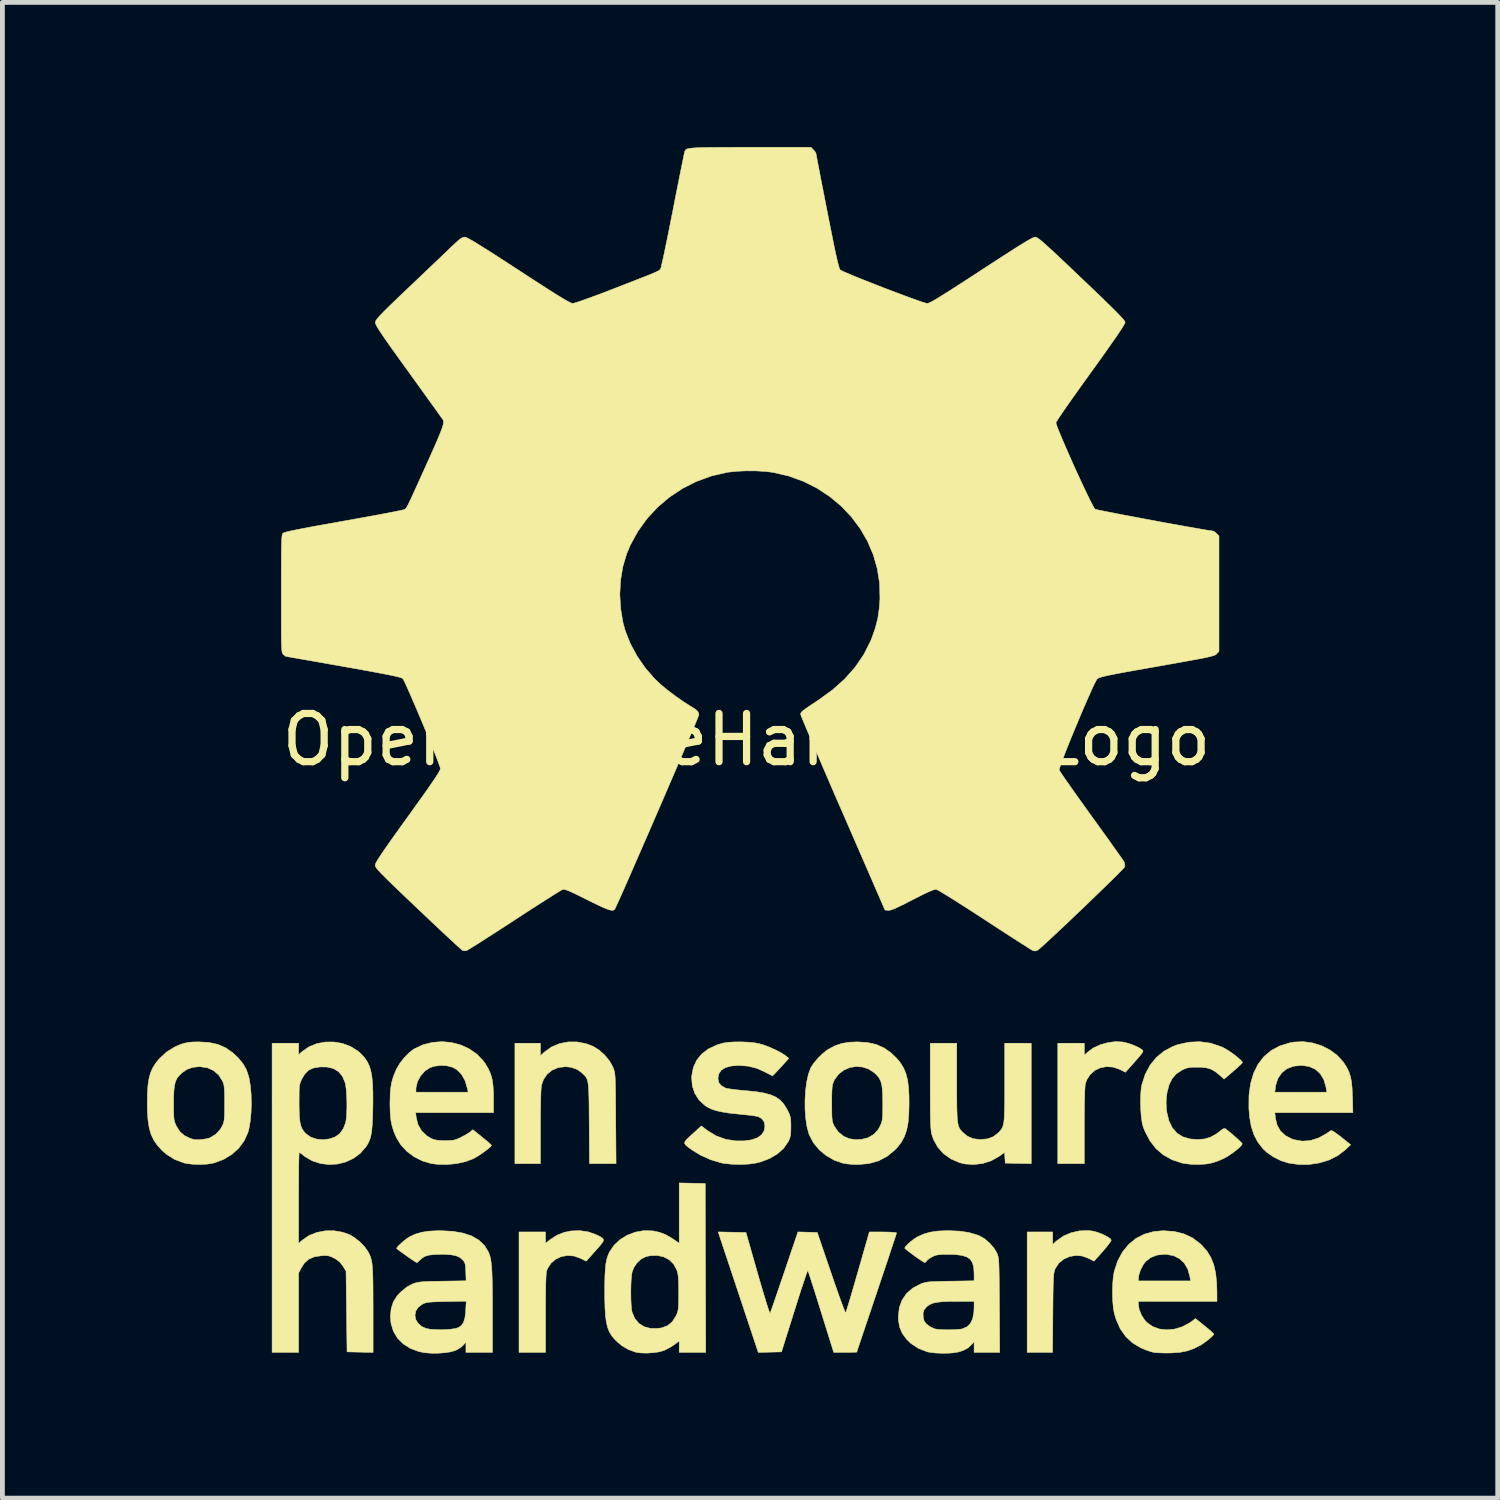
<source format=kicad_pcb>
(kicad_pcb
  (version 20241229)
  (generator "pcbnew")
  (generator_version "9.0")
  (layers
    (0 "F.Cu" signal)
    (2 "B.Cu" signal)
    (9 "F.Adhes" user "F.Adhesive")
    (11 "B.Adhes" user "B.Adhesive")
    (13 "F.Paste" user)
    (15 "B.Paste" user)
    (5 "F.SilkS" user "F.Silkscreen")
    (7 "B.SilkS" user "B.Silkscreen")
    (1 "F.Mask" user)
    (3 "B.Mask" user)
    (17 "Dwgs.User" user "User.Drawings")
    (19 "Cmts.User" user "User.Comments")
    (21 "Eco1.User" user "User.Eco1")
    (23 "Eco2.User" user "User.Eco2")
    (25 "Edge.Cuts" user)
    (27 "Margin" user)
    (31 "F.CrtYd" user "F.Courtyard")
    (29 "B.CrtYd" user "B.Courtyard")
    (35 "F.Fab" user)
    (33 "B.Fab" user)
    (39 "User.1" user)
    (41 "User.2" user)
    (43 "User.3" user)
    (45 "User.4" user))
  (footprint "OpenSourceHardwareLogo"
    (layer "F.Cu")
    (at 12.436 11.795)
    (property "Reference" "OpenSourceHardwareLogo" (at 0 0.5 0) (layer "F.SilkS") (effects (font (size 1 1) (thickness 0.15))))
    (attr through_hole)
    (fp_poly (pts (xy -3.283 10.708) (xy -3.124 10.764) (xy -3.046 10.802) (xy -2.995 10.832) (xy -2.969 10.86) (xy -2.97 10.894) (xy -2.997 10.94) (xy -3.051 11.006) (xy -3.132 11.097) (xy -3.326 11.316) (xy -3.444 11.257) (xy -3.579 11.209) (xy -3.714 11.198) (xy -3.843 11.221) (xy -3.96 11.275) (xy -4.057 11.359) (xy -4.128 11.469) (xy -4.146 11.513) (xy -4.153 11.555) (xy -4.159 11.636) (xy -4.164 11.756) (xy -4.167 11.916) (xy -4.169 12.116) (xy -4.17 12.358) (xy -4.17 12.396) (xy -4.17 13.208) (xy -4.72 13.208) (xy -4.72 10.71) (xy -4.17 10.71) (xy -4.17 10.943) (xy -4.069 10.866) (xy -3.929 10.776) (xy -3.781 10.718) (xy -3.641 10.689) (xy -3.461 10.682) (xy -3.283 10.708)) (stroke (width 0.01) (type solid)) (fill yes) (layer "F.SilkS"))
    (fp_poly (pts (xy 7.809 6.77) (xy 7.814 6.771) (xy 7.922 6.798) (xy 8.035 6.839) (xy 8.138 6.887) (xy 8.201 6.927) (xy 8.216 6.94) (xy 8.223 6.953) (xy 8.22 6.971) (xy 8.204 6.999) (xy 8.172 7.041) (xy 8.12 7.102) (xy 8.047 7.186) (xy 7.953 7.292) (xy 7.859 7.397) (xy 7.744 7.339) (xy 7.608 7.291) (xy 7.472 7.28) (xy 7.342 7.303) (xy 7.226 7.358) (xy 7.128 7.443) (xy 7.057 7.554) (xy 7.029 7.631) (xy 7.023 7.677) (xy 7.017 7.764) (xy 7.013 7.888) (xy 7.009 8.046) (xy 7.007 8.238) (xy 7.006 8.459) (xy 7.006 8.504) (xy 7.006 9.292) (xy 6.456 9.292) (xy 6.456 6.795) (xy 7.006 6.795) (xy 7.006 7.044) (xy 7.075 6.98) (xy 7.192 6.894) (xy 7.336 6.827) (xy 7.495 6.782) (xy 7.657 6.761) (xy 7.809 6.77)) (stroke (width 0.01) (type solid)) (fill yes) (layer "F.SilkS"))
    (fp_poly (pts (xy 7.167 10.689) (xy 7.25 10.709) (xy 7.339 10.739) (xy 7.424 10.776) (xy 7.496 10.815) (xy 7.546 10.852) (xy 7.565 10.882) (xy 7.564 10.883) (xy 7.55 10.911) (xy 7.512 10.964) (xy 7.457 11.033) (xy 7.39 11.111) (xy 7.385 11.117) (xy 7.208 11.316) (xy 7.094 11.257) (xy 6.963 11.209) (xy 6.829 11.198) (xy 6.698 11.22) (xy 6.579 11.274) (xy 6.479 11.356) (xy 6.406 11.465) (xy 6.4 11.477) (xy 6.39 11.503) (xy 6.382 11.534) (xy 6.375 11.573) (xy 6.37 11.626) (xy 6.365 11.695) (xy 6.362 11.787) (xy 6.359 11.905) (xy 6.357 12.054) (xy 6.355 12.237) (xy 6.354 12.388) (xy 6.348 13.208) (xy 5.821 13.208) (xy 5.821 10.71) (xy 6.35 10.71) (xy 6.35 10.969) (xy 6.437 10.89) (xy 6.571 10.796) (xy 6.729 10.728) (xy 6.902 10.688) (xy 7.077 10.68) (xy 7.167 10.689)) (stroke (width 0.01) (type solid)) (fill yes) (layer "F.SilkS"))
    (fp_poly (pts (xy -3.332 6.803) (xy -3.183 6.86) (xy -3.057 6.938) (xy -2.938 7.046) (xy -2.838 7.17) (xy -2.769 7.296) (xy -2.758 7.327) (xy -2.748 7.356) (xy -2.74 7.388) (xy -2.733 7.428) (xy -2.728 7.48) (xy -2.724 7.548) (xy -2.721 7.635) (xy -2.719 7.747) (xy -2.717 7.887) (xy -2.716 8.059) (xy -2.714 8.268) (xy -2.714 8.356) (xy -2.707 9.292) (xy -3.258 9.292) (xy -3.264 8.451) (xy -3.266 8.233) (xy -3.267 8.053) (xy -3.27 7.906) (xy -3.274 7.79) (xy -3.279 7.698) (xy -3.287 7.628) (xy -3.298 7.574) (xy -3.312 7.532) (xy -3.33 7.499) (xy -3.354 7.469) (xy -3.382 7.44) (xy -3.401 7.421) (xy -3.511 7.339) (xy -3.643 7.293) (xy -3.757 7.282) (xy -3.904 7.3) (xy -4.033 7.353) (xy -4.137 7.437) (xy -4.213 7.549) (xy -4.253 7.664) (xy -4.259 7.716) (xy -4.265 7.805) (xy -4.269 7.93) (xy -4.272 8.085) (xy -4.275 8.268) (xy -4.276 8.473) (xy -4.276 8.531) (xy -4.276 9.292) (xy -4.805 9.292) (xy -4.805 6.795) (xy -4.276 6.795) (xy -4.276 7.053) (xy -4.188 6.974) (xy -4.045 6.872) (xy -3.88 6.803) (xy -3.702 6.768) (xy -3.517 6.768) (xy -3.332 6.803)) (stroke (width 0.01) (type solid)) (fill yes) (layer "F.SilkS"))
    (fp_poly (pts (xy 4.36 7.61) (xy 4.36 7.83) (xy 4.361 8.011) (xy 4.363 8.159) (xy 4.367 8.277) (xy 4.372 8.37) (xy 4.381 8.442) (xy 4.392 8.497) (xy 4.407 8.541) (xy 4.426 8.576) (xy 4.45 8.607) (xy 4.48 8.639) (xy 4.483 8.643) (xy 4.583 8.725) (xy 4.697 8.774) (xy 4.834 8.792) (xy 4.858 8.792) (xy 4.999 8.778) (xy 5.116 8.735) (xy 5.217 8.658) (xy 5.232 8.643) (xy 5.262 8.611) (xy 5.287 8.579) (xy 5.306 8.545) (xy 5.322 8.503) (xy 5.334 8.449) (xy 5.343 8.379) (xy 5.348 8.288) (xy 5.352 8.173) (xy 5.354 8.029) (xy 5.355 7.851) (xy 5.355 7.636) (xy 5.355 7.61) (xy 5.355 6.795) (xy 5.905 6.795) (xy 5.905 9.293) (xy 5.366 9.282) (xy 5.359 9.17) (xy 5.353 9.059) (xy 5.234 9.144) (xy 5.073 9.234) (xy 4.895 9.29) (xy 4.708 9.312) (xy 4.522 9.298) (xy 4.419 9.272) (xy 4.241 9.195) (xy 4.089 9.088) (xy 3.968 8.954) (xy 3.88 8.797) (xy 3.841 8.684) (xy 3.833 8.646) (xy 3.827 8.595) (xy 3.821 8.529) (xy 3.817 8.443) (xy 3.814 8.333) (xy 3.812 8.196) (xy 3.811 8.026) (xy 3.81 7.82) (xy 3.81 7.679) (xy 3.81 6.795) (xy 4.36 6.795) (xy 4.36 7.61)) (stroke (width 0.01) (type solid)) (fill yes) (layer "F.SilkS"))
    (fp_poly (pts (xy 11.738 6.788) (xy 11.925 6.846) (xy 12.099 6.933) (xy 12.252 7.046) (xy 12.375 7.181) (xy 12.388 7.199) (xy 12.449 7.294) (xy 12.494 7.386) (xy 12.526 7.482) (xy 12.548 7.593) (xy 12.561 7.727) (xy 12.568 7.894) (xy 12.569 7.9) (xy 12.577 8.234) (xy 10.958 8.234) (xy 10.971 8.351) (xy 11.005 8.494) (xy 11.074 8.615) (xy 11.177 8.711) (xy 11.313 8.781) (xy 11.357 8.796) (xy 11.524 8.826) (xy 11.691 8.815) (xy 11.859 8.763) (xy 12.031 8.669) (xy 12.118 8.607) (xy 12.146 8.611) (xy 12.203 8.644) (xy 12.288 8.706) (xy 12.337 8.744) (xy 12.531 8.901) (xy 12.415 9.01) (xy 12.262 9.127) (xy 12.082 9.217) (xy 11.882 9.278) (xy 11.668 9.31) (xy 11.449 9.31) (xy 11.245 9.281) (xy 11.087 9.232) (xy 10.932 9.155) (xy 10.793 9.059) (xy 10.711 8.982) (xy 10.606 8.847) (xy 10.526 8.695) (xy 10.469 8.522) (xy 10.434 8.321) (xy 10.42 8.144) (xy 10.422 7.875) (xy 10.431 7.811) (xy 10.958 7.811) (xy 12.038 7.811) (xy 12.018 7.7) (xy 11.973 7.547) (xy 11.899 7.425) (xy 11.798 7.335) (xy 11.671 7.278) (xy 11.519 7.255) (xy 11.493 7.255) (xy 11.34 7.273) (xy 11.208 7.325) (xy 11.102 7.409) (xy 11.024 7.522) (xy 10.978 7.661) (xy 10.971 7.706) (xy 10.958 7.811) (xy 10.431 7.811) (xy 10.455 7.632) (xy 10.518 7.417) (xy 10.61 7.231) (xy 10.731 7.074) (xy 10.881 6.947) (xy 11.058 6.851) (xy 11.262 6.788) (xy 11.353 6.771) (xy 11.544 6.762) (xy 11.738 6.788)) (stroke (width 0.01) (type solid)) (fill yes) (layer "F.SilkS"))
    (fp_poly (pts (xy 8.871 10.7) (xy 9.071 10.749) (xy 9.248 10.832) (xy 9.407 10.951) (xy 9.446 10.988) (xy 9.552 11.11) (xy 9.633 11.243) (xy 9.692 11.393) (xy 9.731 11.566) (xy 9.752 11.769) (xy 9.757 11.943) (xy 9.758 12.15) (xy 8.128 12.15) (xy 8.128 12.212) (xy 8.144 12.316) (xy 8.188 12.427) (xy 8.252 12.53) (xy 8.307 12.591) (xy 8.426 12.673) (xy 8.565 12.723) (xy 8.717 12.74) (xy 8.876 12.725) (xy 9.034 12.678) (xy 9.185 12.599) (xy 9.239 12.562) (xy 9.312 12.505) (xy 9.503 12.66) (xy 9.579 12.722) (xy 9.64 12.775) (xy 9.681 12.813) (xy 9.694 12.83) (xy 9.678 12.854) (xy 9.637 12.894) (xy 9.578 12.944) (xy 9.511 12.995) (xy 9.446 13.04) (xy 9.422 13.055) (xy 9.283 13.127) (xy 9.146 13.176) (xy 8.996 13.206) (xy 8.82 13.219) (xy 8.795 13.22) (xy 8.683 13.221) (xy 8.577 13.218) (xy 8.488 13.213) (xy 8.436 13.206) (xy 8.365 13.186) (xy 8.274 13.154) (xy 8.183 13.116) (xy 8.177 13.113) (xy 8.007 13.012) (xy 7.865 12.879) (xy 7.75 12.715) (xy 7.664 12.519) (xy 7.627 12.393) (xy 7.607 12.276) (xy 7.595 12.131) (xy 7.59 11.972) (xy 7.594 11.812) (xy 7.6 11.726) (xy 8.128 11.726) (xy 9.211 11.726) (xy 9.196 11.636) (xy 9.153 11.482) (xy 9.08 11.357) (xy 8.98 11.263) (xy 8.854 11.201) (xy 8.705 11.174) (xy 8.665 11.173) (xy 8.514 11.19) (xy 8.385 11.24) (xy 8.28 11.321) (xy 8.231 11.384) (xy 8.17 11.502) (xy 8.135 11.615) (xy 8.128 11.679) (xy 8.128 11.726) (xy 7.6 11.726) (xy 7.605 11.665) (xy 7.624 11.543) (xy 7.627 11.527) (xy 7.699 11.311) (xy 7.799 11.124) (xy 7.926 10.968) (xy 8.077 10.845) (xy 8.252 10.755) (xy 8.447 10.701) (xy 8.647 10.684) (xy 8.871 10.7)) (stroke (width 0.01) (type solid)) (fill yes) (layer "F.SilkS"))
    (fp_poly (pts (xy 9.621 6.792) (xy 9.835 6.863) (xy 9.893 6.889) (xy 9.965 6.929) (xy 10.045 6.982) (xy 10.125 7.039) (xy 10.196 7.097) (xy 10.252 7.147) (xy 10.283 7.184) (xy 10.287 7.196) (xy 10.272 7.215) (xy 10.23 7.256) (xy 10.169 7.312) (xy 10.096 7.376) (xy 9.905 7.539) (xy 9.822 7.464) (xy 9.726 7.386) (xy 9.638 7.335) (xy 9.543 7.306) (xy 9.427 7.293) (xy 9.356 7.292) (xy 9.255 7.293) (xy 9.182 7.3) (xy 9.123 7.313) (xy 9.064 7.337) (xy 9.034 7.351) (xy 8.919 7.426) (xy 8.83 7.526) (xy 8.765 7.655) (xy 8.723 7.816) (xy 8.707 7.937) (xy 8.704 8.033) (xy 8.709 8.144) (xy 8.719 8.23) (xy 8.762 8.406) (xy 8.831 8.549) (xy 8.926 8.659) (xy 9.048 8.736) (xy 9.197 8.78) (xy 9.345 8.792) (xy 9.494 8.782) (xy 9.623 8.744) (xy 9.746 8.676) (xy 9.815 8.623) (xy 9.87 8.581) (xy 9.905 8.563) (xy 9.93 8.567) (xy 9.944 8.576) (xy 10.021 8.638) (xy 10.1 8.705) (xy 10.173 8.769) (xy 10.232 8.824) (xy 10.271 8.864) (xy 10.283 8.881) (xy 10.27 8.908) (xy 10.229 8.952) (xy 10.168 9.005) (xy 10.093 9.063) (xy 10.012 9.119) (xy 9.933 9.167) (xy 9.895 9.187) (xy 9.804 9.227) (xy 9.703 9.263) (xy 9.642 9.281) (xy 9.521 9.302) (xy 9.377 9.31) (xy 9.226 9.307) (xy 9.087 9.291) (xy 9.031 9.28) (xy 8.824 9.211) (xy 8.645 9.111) (xy 8.492 8.98) (xy 8.365 8.815) (xy 8.261 8.615) (xy 8.228 8.531) (xy 8.205 8.439) (xy 8.188 8.318) (xy 8.177 8.177) (xy 8.172 8.028) (xy 8.175 7.883) (xy 8.184 7.753) (xy 8.2 7.654) (xy 8.27 7.438) (xy 8.371 7.249) (xy 8.502 7.088) (xy 8.661 6.958) (xy 8.846 6.86) (xy 8.938 6.826) (xy 9.169 6.774) (xy 9.398 6.763) (xy 9.621 6.792)) (stroke (width 0.01) (type solid)) (fill yes) (layer "F.SilkS"))
    (fp_poly (pts (xy 1.467 10.721) (xy 1.754 11.562) (xy 1.815 11.741) (xy 1.873 11.906) (xy 1.925 12.053) (xy 1.971 12.179) (xy 2.008 12.278) (xy 2.036 12.348) (xy 2.052 12.384) (xy 2.056 12.388) (xy 2.065 12.365) (xy 2.084 12.305) (xy 2.112 12.214) (xy 2.148 12.095) (xy 2.19 11.952) (xy 2.237 11.791) (xy 2.287 11.615) (xy 2.309 11.541) (xy 2.547 10.71) (xy 2.829 10.71) (xy 2.935 10.712) (xy 3.023 10.716) (xy 3.084 10.721) (xy 3.111 10.728) (xy 3.111 10.73) (xy 3.105 10.753) (xy 3.086 10.813) (xy 3.056 10.905) (xy 3.015 11.027) (xy 2.966 11.176) (xy 2.909 11.347) (xy 2.845 11.537) (xy 2.776 11.742) (xy 2.703 11.959) (xy 2.699 11.973) (xy 2.625 12.19) (xy 2.556 12.396) (xy 2.492 12.586) (xy 2.435 12.756) (xy 2.385 12.904) (xy 2.344 13.026) (xy 2.313 13.119) (xy 2.294 13.179) (xy 2.286 13.202) (xy 2.286 13.202) (xy 2.266 13.204) (xy 2.213 13.206) (xy 2.133 13.208) (xy 2.047 13.208) (xy 1.808 13.208) (xy 1.546 12.367) (xy 1.49 12.186) (xy 1.437 12.018) (xy 1.389 11.866) (xy 1.347 11.736) (xy 1.313 11.632) (xy 1.288 11.557) (xy 1.274 11.516) (xy 1.271 11.51) (xy 1.262 11.526) (xy 1.242 11.579) (xy 1.213 11.664) (xy 1.175 11.777) (xy 1.129 11.914) (xy 1.079 12.071) (xy 1.024 12.245) (xy 0.992 12.346) (xy 0.725 13.197) (xy 0.243 13.209) (xy -0.173 11.959) (xy -0.589 10.709) (xy -0.301 10.715) (xy -0.012 10.721) (xy 0.231 11.573) (xy 0.283 11.754) (xy 0.332 11.92) (xy 0.377 12.068) (xy 0.415 12.194) (xy 0.447 12.293) (xy 0.471 12.362) (xy 0.485 12.396) (xy 0.488 12.399) (xy 0.498 12.373) (xy 0.519 12.312) (xy 0.552 12.22) (xy 0.593 12.1) (xy 0.642 11.958) (xy 0.696 11.798) (xy 0.756 11.623) (xy 0.784 11.54) (xy 1.066 10.709) (xy 1.467 10.721)) (stroke (width 0.01) (type solid)) (fill yes) (layer "F.SilkS"))
    (fp_poly (pts (xy -0.857 9.705) (xy -0.852 11.456) (xy -0.846 13.208) (xy -1.397 13.208) (xy -1.397 12.972) (xy -1.503 13.05) (xy -1.584 13.102) (xy -1.673 13.15) (xy -1.72 13.171) (xy -1.819 13.198) (xy -1.942 13.215) (xy -2.073 13.223) (xy -2.197 13.219) (xy -2.298 13.204) (xy -2.307 13.201) (xy -2.453 13.148) (xy -2.578 13.075) (xy -2.668 13.002) (xy -2.742 12.93) (xy -2.801 12.858) (xy -2.847 12.78) (xy -2.883 12.689) (xy -2.908 12.582) (xy -2.926 12.452) (xy -2.936 12.294) (xy -2.941 12.102) (xy -2.942 11.965) (xy -2.401 11.965) (xy -2.399 12.095) (xy -2.394 12.214) (xy -2.386 12.311) (xy -2.374 12.374) (xy -2.318 12.506) (xy -2.233 12.607) (xy -2.123 12.676) (xy -1.991 12.711) (xy -1.839 12.711) (xy -1.756 12.698) (xy -1.637 12.653) (xy -1.542 12.574) (xy -1.467 12.459) (xy -1.458 12.441) (xy -1.44 12.397) (xy -1.426 12.354) (xy -1.417 12.305) (xy -1.412 12.242) (xy -1.409 12.156) (xy -1.408 12.04) (xy -1.408 11.97) (xy -1.409 11.826) (xy -1.412 11.717) (xy -1.417 11.634) (xy -1.427 11.571) (xy -1.44 11.518) (xy -1.445 11.502) (xy -1.508 11.382) (xy -1.599 11.29) (xy -1.714 11.228) (xy -1.848 11.198) (xy -1.996 11.202) (xy -2.085 11.221) (xy -2.179 11.266) (xy -2.266 11.343) (xy -2.334 11.441) (xy -2.373 11.539) (xy -2.385 11.61) (xy -2.394 11.712) (xy -2.399 11.834) (xy -2.401 11.965) (xy -2.942 11.965) (xy -2.942 11.958) (xy -2.941 11.762) (xy -2.937 11.602) (xy -2.929 11.473) (xy -2.918 11.368) (xy -2.901 11.282) (xy -2.879 11.208) (xy -2.85 11.14) (xy -2.844 11.127) (xy -2.75 10.988) (xy -2.626 10.87) (xy -2.477 10.778) (xy -2.311 10.715) (xy -2.135 10.683) (xy -1.955 10.687) (xy -1.925 10.691) (xy -1.8 10.719) (xy -1.686 10.762) (xy -1.569 10.828) (xy -1.519 10.861) (xy -1.397 10.943) (xy -1.397 9.693) (xy -0.857 9.705)) (stroke (width 0.01) (type solid)) (fill yes) (layer "F.SilkS"))
    (fp_poly (pts (xy -6.121 6.78) (xy -5.931 6.83) (xy -5.755 6.91) (xy -5.597 7.019) (xy -5.465 7.156) (xy -5.417 7.223) (xy -5.354 7.33) (xy -5.308 7.435) (xy -5.277 7.546) (xy -5.259 7.675) (xy -5.25 7.829) (xy -5.249 7.929) (xy -5.249 8.234) (xy -6.864 8.234) (xy -6.852 8.338) (xy -6.814 8.486) (xy -6.741 8.613) (xy -6.635 8.715) (xy -6.54 8.771) (xy -6.478 8.795) (xy -6.407 8.809) (xy -6.315 8.815) (xy -6.255 8.816) (xy -6.158 8.814) (xy -6.087 8.808) (xy -6.027 8.792) (xy -5.962 8.765) (xy -5.927 8.748) (xy -5.849 8.707) (xy -5.779 8.666) (xy -5.733 8.634) (xy -5.677 8.589) (xy -5.485 8.743) (xy -5.409 8.805) (xy -5.347 8.858) (xy -5.306 8.896) (xy -5.292 8.913) (xy -5.308 8.938) (xy -5.353 8.978) (xy -5.416 9.028) (xy -5.49 9.081) (xy -5.567 9.132) (xy -5.638 9.174) (xy -5.662 9.187) (xy -5.823 9.249) (xy -6.009 9.291) (xy -6.207 9.311) (xy -6.406 9.308) (xy -6.55 9.289) (xy -6.726 9.236) (xy -6.894 9.151) (xy -7.044 9.04) (xy -7.168 8.908) (xy -7.259 8.761) (xy -7.26 8.758) (xy -7.314 8.634) (xy -7.352 8.517) (xy -7.377 8.397) (xy -7.391 8.261) (xy -7.396 8.099) (xy -7.397 8.043) (xy -7.393 7.871) (xy -7.384 7.751) (xy -6.858 7.751) (xy -6.858 7.811) (xy -5.775 7.811) (xy -5.789 7.742) (xy -5.838 7.574) (xy -5.911 7.442) (xy -6.006 7.345) (xy -6.101 7.292) (xy -6.218 7.262) (xy -6.351 7.256) (xy -6.481 7.273) (xy -6.569 7.303) (xy -6.675 7.374) (xy -6.763 7.474) (xy -6.826 7.591) (xy -6.856 7.716) (xy -6.858 7.751) (xy -7.384 7.751) (xy -7.382 7.728) (xy -7.361 7.605) (xy -7.327 7.488) (xy -7.278 7.367) (xy -7.26 7.329) (xy -7.196 7.218) (xy -7.109 7.105) (xy -7.01 7.002) (xy -6.911 6.923) (xy -6.889 6.91) (xy -6.708 6.825) (xy -6.515 6.777) (xy -6.317 6.762) (xy -6.121 6.78)) (stroke (width 0.01) (type solid)) (fill yes) (layer "F.SilkS"))
    (fp_poly (pts (xy -11.147 6.78) (xy -10.964 6.82) (xy -10.803 6.891) (xy -10.654 6.996) (xy -10.546 7.098) (xy -10.446 7.219) (xy -10.376 7.341) (xy -10.328 7.484) (xy -10.319 7.519) (xy -10.293 7.673) (xy -10.277 7.85) (xy -10.272 8.038) (xy -10.278 8.227) (xy -10.294 8.405) (xy -10.32 8.56) (xy -10.343 8.647) (xy -10.421 8.819) (xy -10.534 8.972) (xy -10.677 9.101) (xy -10.847 9.204) (xy -11.04 9.276) (xy -11.059 9.281) (xy -11.18 9.302) (xy -11.323 9.31) (xy -11.47 9.307) (xy -11.604 9.292) (xy -11.663 9.28) (xy -11.861 9.207) (xy -12.034 9.099) (xy -12.128 9.016) (xy -12.222 8.912) (xy -12.296 8.805) (xy -12.351 8.689) (xy -12.39 8.556) (xy -12.415 8.401) (xy -12.428 8.217) (xy -12.431 8.043) (xy -11.885 8.043) (xy -11.885 8.174) (xy -11.883 8.271) (xy -11.879 8.341) (xy -11.872 8.394) (xy -11.86 8.438) (xy -11.843 8.481) (xy -11.829 8.511) (xy -11.758 8.625) (xy -11.661 8.711) (xy -11.535 8.771) (xy -11.462 8.792) (xy -11.4 8.798) (xy -11.315 8.793) (xy -11.226 8.781) (xy -11.149 8.763) (xy -11.127 8.755) (xy -11.011 8.684) (xy -10.916 8.581) (xy -10.877 8.514) (xy -10.859 8.475) (xy -10.846 8.437) (xy -10.837 8.392) (xy -10.831 8.332) (xy -10.828 8.251) (xy -10.827 8.14) (xy -10.827 8.043) (xy -10.827 7.906) (xy -10.829 7.804) (xy -10.833 7.729) (xy -10.84 7.673) (xy -10.85 7.63) (xy -10.865 7.591) (xy -10.871 7.578) (xy -10.95 7.454) (xy -11.056 7.362) (xy -11.186 7.304) (xy -11.336 7.282) (xy -11.352 7.281) (xy -11.495 7.296) (xy -11.616 7.342) (xy -11.715 7.412) (xy -11.772 7.468) (xy -11.815 7.524) (xy -11.846 7.59) (xy -11.866 7.671) (xy -11.878 7.774) (xy -11.884 7.907) (xy -11.885 8.043) (xy -12.431 8.043) (xy -12.428 7.839) (xy -12.417 7.669) (xy -12.395 7.528) (xy -12.363 7.408) (xy -12.316 7.303) (xy -12.255 7.206) (xy -12.178 7.113) (xy -12.022 6.97) (xy -11.842 6.862) (xy -11.724 6.814) (xy -11.646 6.791) (xy -11.567 6.776) (xy -11.472 6.769) (xy -11.356 6.767) (xy -11.147 6.78)) (stroke (width 0.01) (type solid)) (fill yes) (layer "F.SilkS"))
    (fp_poly (pts (xy 2.507 6.78) (xy 2.69 6.821) (xy 2.852 6.893) (xy 3.001 6.998) (xy 3.115 7.109) (xy 3.195 7.207) (xy 3.258 7.31) (xy 3.305 7.423) (xy 3.339 7.553) (xy 3.359 7.707) (xy 3.37 7.891) (xy 3.371 8.054) (xy 3.366 8.267) (xy 3.35 8.446) (xy 3.321 8.596) (xy 3.277 8.725) (xy 3.217 8.839) (xy 3.137 8.945) (xy 3.073 9.012) (xy 2.915 9.142) (xy 2.737 9.235) (xy 2.538 9.291) (xy 2.317 9.312) (xy 2.287 9.312) (xy 2.187 9.307) (xy 2.088 9.298) (xy 2.009 9.286) (xy 1.999 9.284) (xy 1.818 9.221) (xy 1.652 9.125) (xy 1.506 9.004) (xy 1.388 8.861) (xy 1.304 8.702) (xy 1.292 8.67) (xy 1.252 8.52) (xy 1.226 8.346) (xy 1.213 8.157) (xy 1.213 8.043) (xy 1.767 8.043) (xy 1.768 8.178) (xy 1.769 8.278) (xy 1.773 8.351) (xy 1.779 8.404) (xy 1.789 8.445) (xy 1.803 8.482) (xy 1.821 8.518) (xy 1.904 8.637) (xy 2.014 8.726) (xy 2.132 8.776) (xy 2.256 8.795) (xy 2.39 8.788) (xy 2.512 8.758) (xy 2.524 8.753) (xy 2.642 8.684) (xy 2.731 8.585) (xy 2.775 8.504) (xy 2.794 8.459) (xy 2.808 8.416) (xy 2.817 8.367) (xy 2.822 8.302) (xy 2.825 8.215) (xy 2.826 8.097) (xy 2.826 8.043) (xy 2.824 7.881) (xy 2.817 7.754) (xy 2.804 7.655) (xy 2.781 7.577) (xy 2.749 7.514) (xy 2.704 7.458) (xy 2.656 7.412) (xy 2.536 7.332) (xy 2.405 7.288) (xy 2.269 7.278) (xy 2.136 7.301) (xy 2.013 7.355) (xy 1.907 7.439) (xy 1.824 7.552) (xy 1.812 7.578) (xy 1.795 7.617) (xy 1.784 7.658) (xy 1.776 7.708) (xy 1.771 7.776) (xy 1.768 7.869) (xy 1.767 7.994) (xy 1.767 8.043) (xy 1.213 8.043) (xy 1.213 7.961) (xy 1.225 7.769) (xy 1.249 7.59) (xy 1.285 7.432) (xy 1.332 7.305) (xy 1.336 7.298) (xy 1.392 7.211) (xy 1.473 7.115) (xy 1.566 7.022) (xy 1.66 6.944) (xy 1.691 6.924) (xy 1.83 6.849) (xy 1.976 6.799) (xy 2.141 6.773) (xy 2.297 6.767) (xy 2.507 6.78)) (stroke (width 0.01) (type solid)) (fill yes) (layer "F.SilkS"))
    (fp_poly (pts (xy 0.031 6.773) (xy 0.164 6.786) (xy 0.265 6.805) (xy 0.368 6.836) (xy 0.486 6.881) (xy 0.604 6.935) (xy 0.711 6.99) (xy 0.794 7.042) (xy 0.814 7.057) (xy 0.876 7.109) (xy 0.711 7.291) (xy 0.646 7.362) (xy 0.591 7.42) (xy 0.553 7.459) (xy 0.538 7.472) (xy 0.517 7.462) (xy 0.469 7.438) (xy 0.404 7.403) (xy 0.398 7.399) (xy 0.214 7.316) (xy 0.031 7.27) (xy -0.156 7.256) (xy -0.315 7.267) (xy -0.439 7.3) (xy -0.526 7.356) (xy -0.577 7.433) (xy -0.593 7.524) (xy -0.577 7.61) (xy -0.526 7.675) (xy -0.438 7.724) (xy -0.434 7.726) (xy -0.392 7.736) (xy -0.316 7.747) (xy -0.216 7.76) (xy -0.098 7.772) (xy -0.008 7.78) (xy 0.196 7.8) (xy 0.363 7.828) (xy 0.498 7.864) (xy 0.607 7.912) (xy 0.696 7.974) (xy 0.768 8.052) (xy 0.831 8.15) (xy 0.847 8.18) (xy 0.882 8.251) (xy 0.903 8.308) (xy 0.915 8.365) (xy 0.919 8.437) (xy 0.92 8.528) (xy 0.918 8.63) (xy 0.912 8.702) (xy 0.899 8.759) (xy 0.876 8.813) (xy 0.864 8.838) (xy 0.77 8.973) (xy 0.642 9.089) (xy 0.483 9.184) (xy 0.298 9.255) (xy 0.194 9.281) (xy 0.047 9.302) (xy -0.123 9.31) (xy -0.297 9.306) (xy -0.458 9.289) (xy -0.519 9.278) (xy -0.741 9.213) (xy -0.957 9.116) (xy -1.115 9.019) (xy -1.203 8.957) (xy -1.259 8.912) (xy -1.285 8.874) (xy -1.279 8.837) (xy -1.243 8.791) (xy -1.176 8.728) (xy -1.126 8.682) (xy -0.938 8.511) (xy -0.813 8.605) (xy -0.632 8.716) (xy -0.434 8.788) (xy -0.219 8.821) (xy -0.052 8.821) (xy 0.104 8.799) (xy 0.227 8.756) (xy 0.314 8.692) (xy 0.366 8.608) (xy 0.381 8.517) (xy 0.365 8.426) (xy 0.315 8.359) (xy 0.241 8.317) (xy 0.202 8.309) (xy 0.129 8.298) (xy 0.031 8.285) (xy -0.084 8.273) (xy -0.166 8.265) (xy -0.358 8.245) (xy -0.513 8.22) (xy -0.639 8.191) (xy -0.742 8.155) (xy -0.829 8.11) (xy -0.866 8.084) (xy -0.986 7.972) (xy -1.073 7.836) (xy -1.125 7.681) (xy -1.139 7.511) (xy -1.136 7.468) (xy -1.103 7.296) (xy -1.033 7.145) (xy -0.928 7.016) (xy -0.789 6.912) (xy -0.617 6.831) (xy -0.487 6.792) (xy -0.386 6.776) (xy -0.258 6.768) (xy -0.114 6.767) (xy 0.031 6.773)) (stroke (width 0.01) (type solid)) (fill yes) (layer "F.SilkS"))
    (fp_poly (pts (xy -6.091 10.697) (xy -5.878 10.734) (xy -5.698 10.795) (xy -5.551 10.881) (xy -5.437 10.991) (xy -5.36 11.114) (xy -5.339 11.162) (xy -5.322 11.215) (xy -5.307 11.277) (xy -5.296 11.352) (xy -5.287 11.444) (xy -5.281 11.557) (xy -5.276 11.696) (xy -5.273 11.863) (xy -5.271 12.065) (xy -5.271 12.304) (xy -5.271 12.345) (xy -5.271 13.208) (xy -5.821 13.208) (xy -5.821 12.993) (xy -5.873 13.055) (xy -5.923 13.1) (xy -5.994 13.145) (xy -6.037 13.167) (xy -6.133 13.196) (xy -6.258 13.215) (xy -6.399 13.225) (xy -6.544 13.225) (xy -6.681 13.214) (xy -6.795 13.192) (xy -6.974 13.125) (xy -7.123 13.031) (xy -7.242 12.911) (xy -7.326 12.769) (xy -7.375 12.607) (xy -7.387 12.467) (xy -7.385 12.439) (xy -6.878 12.439) (xy -6.862 12.526) (xy -6.813 12.606) (xy -6.734 12.673) (xy -6.649 12.71) (xy -6.574 12.726) (xy -6.472 12.735) (xy -6.356 12.738) (xy -6.238 12.735) (xy -6.127 12.726) (xy -6.036 12.712) (xy -5.975 12.693) (xy -5.975 12.693) (xy -5.913 12.648) (xy -5.87 12.585) (xy -5.843 12.495) (xy -5.827 12.373) (xy -5.825 12.333) (xy -5.815 12.146) (xy -6.226 12.153) (xy -6.369 12.156) (xy -6.478 12.16) (xy -6.558 12.165) (xy -6.616 12.171) (xy -6.659 12.181) (xy -6.695 12.194) (xy -6.725 12.209) (xy -6.811 12.273) (xy -6.862 12.352) (xy -6.878 12.439) (xy -7.385 12.439) (xy -7.372 12.301) (xy -7.326 12.158) (xy -7.244 12.03) (xy -7.178 11.959) (xy -7.042 11.848) (xy -6.932 11.79) (xy -6.889 11.774) (xy -6.848 11.761) (xy -6.801 11.752) (xy -6.743 11.745) (xy -6.668 11.74) (xy -6.568 11.736) (xy -6.437 11.733) (xy -6.311 11.731) (xy -5.817 11.723) (xy -5.824 11.535) (xy -5.829 11.443) (xy -5.836 11.382) (xy -5.849 11.341) (xy -5.871 11.307) (xy -5.891 11.286) (xy -5.949 11.238) (xy -6.023 11.205) (xy -6.12 11.185) (xy -6.247 11.175) (xy -6.328 11.174) (xy -6.47 11.178) (xy -6.577 11.189) (xy -6.659 11.211) (xy -6.721 11.245) (xy -6.762 11.281) (xy -6.805 11.321) (xy -6.836 11.344) (xy -6.842 11.345) (xy -6.863 11.334) (xy -6.911 11.303) (xy -6.978 11.258) (xy -7.055 11.204) (xy -7.134 11.147) (xy -7.209 11.093) (xy -7.259 11.055) (xy -7.253 11.036) (xy -7.221 10.999) (xy -7.172 10.951) (xy -7.113 10.899) (xy -7.052 10.851) (xy -6.997 10.814) (xy -6.986 10.808) (xy -6.869 10.754) (xy -6.742 10.717) (xy -6.597 10.694) (xy -6.423 10.685) (xy -6.339 10.684) (xy -6.091 10.697)) (stroke (width 0.01) (type solid)) (fill yes) (layer "F.SilkS"))
    (fp_poly (pts (xy 4.416 10.693) (xy 4.609 10.721) (xy 4.777 10.769) (xy 4.839 10.794) (xy 4.944 10.856) (xy 5.047 10.946) (xy 5.135 11.049) (xy 5.189 11.14) (xy 5.201 11.166) (xy 5.21 11.192) (xy 5.218 11.221) (xy 5.225 11.257) (xy 5.23 11.305) (xy 5.234 11.368) (xy 5.237 11.45) (xy 5.239 11.556) (xy 5.241 11.689) (xy 5.242 11.853) (xy 5.244 12.053) (xy 5.245 12.229) (xy 5.251 13.208) (xy 4.72 13.208) (xy 4.72 12.986) (xy 4.672 13.042) (xy 4.595 13.114) (xy 4.498 13.166) (xy 4.399 13.199) (xy 4.302 13.216) (xy 4.179 13.225) (xy 4.044 13.226) (xy 3.912 13.22) (xy 3.798 13.206) (xy 3.749 13.196) (xy 3.567 13.126) (xy 3.409 13.022) (xy 3.323 12.939) (xy 3.232 12.817) (xy 3.175 12.684) (xy 3.15 12.531) (xy 3.149 12.457) (xy 3.153 12.422) (xy 3.662 12.422) (xy 3.668 12.492) (xy 3.683 12.554) (xy 3.687 12.562) (xy 3.729 12.617) (xy 3.799 12.67) (xy 3.884 12.712) (xy 3.911 12.721) (xy 3.969 12.731) (xy 4.057 12.737) (xy 4.162 12.74) (xy 4.271 12.738) (xy 4.371 12.733) (xy 4.449 12.725) (xy 4.477 12.719) (xy 4.573 12.677) (xy 4.643 12.609) (xy 4.69 12.511) (xy 4.715 12.381) (xy 4.72 12.265) (xy 4.72 12.15) (xy 4.372 12.15) (xy 4.198 12.151) (xy 4.06 12.157) (xy 3.952 12.169) (xy 3.869 12.186) (xy 3.806 12.212) (xy 3.755 12.245) (xy 3.731 12.267) (xy 3.684 12.323) (xy 3.664 12.379) (xy 3.662 12.422) (xy 3.153 12.422) (xy 3.169 12.278) (xy 3.227 12.121) (xy 3.32 11.986) (xy 3.447 11.875) (xy 3.608 11.79) (xy 3.616 11.786) (xy 3.658 11.771) (xy 3.7 11.759) (xy 3.749 11.75) (xy 3.811 11.743) (xy 3.893 11.739) (xy 4.002 11.735) (xy 4.143 11.732) (xy 4.228 11.731) (xy 4.72 11.723) (xy 4.72 11.576) (xy 4.713 11.451) (xy 4.688 11.353) (xy 4.643 11.28) (xy 4.571 11.229) (xy 4.471 11.197) (xy 4.337 11.179) (xy 4.184 11.175) (xy 4.074 11.176) (xy 3.995 11.181) (xy 3.935 11.191) (xy 3.884 11.209) (xy 3.86 11.22) (xy 3.798 11.255) (xy 3.752 11.291) (xy 3.74 11.306) (xy 3.713 11.337) (xy 3.698 11.345) (xy 3.673 11.334) (xy 3.624 11.303) (xy 3.559 11.258) (xy 3.486 11.207) (xy 3.413 11.153) (xy 3.35 11.105) (xy 3.303 11.067) (xy 3.281 11.046) (xy 3.281 11.044) (xy 3.297 11.014) (xy 3.339 10.968) (xy 3.398 10.915) (xy 3.465 10.863) (xy 3.53 10.82) (xy 3.556 10.806) (xy 3.681 10.751) (xy 3.811 10.714) (xy 3.957 10.692) (xy 4.13 10.684) (xy 4.191 10.683) (xy 4.416 10.693)) (stroke (width 0.01) (type solid)) (fill yes) (layer "F.SilkS"))
    (fp_poly (pts (xy -8.383 6.799) (xy -8.215 6.862) (xy -8.064 6.956) (xy -7.993 7.019) (xy -7.925 7.094) (xy -7.871 7.173) (xy -7.827 7.261) (xy -7.795 7.362) (xy -7.772 7.484) (xy -7.758 7.629) (xy -7.751 7.803) (xy -7.75 8.011) (xy -7.752 8.156) (xy -7.757 8.34) (xy -7.764 8.487) (xy -7.775 8.605) (xy -7.79 8.7) (xy -7.81 8.778) (xy -7.837 8.845) (xy -7.872 8.908) (xy -7.896 8.944) (xy -8.013 9.079) (xy -8.155 9.184) (xy -8.315 9.258) (xy -8.486 9.301) (xy -8.663 9.312) (xy -8.839 9.29) (xy -9.008 9.235) (xy -9.163 9.145) (xy -9.202 9.113) (xy -9.246 9.079) (xy -9.276 9.06) (xy -9.279 9.059) (xy -9.282 9.08) (xy -9.284 9.138) (xy -9.287 9.231) (xy -9.289 9.353) (xy -9.29 9.5) (xy -9.291 9.669) (xy -9.292 9.854) (xy -9.292 10.003) (xy -9.292 10.948) (xy -9.214 10.879) (xy -9.076 10.784) (xy -8.915 10.72) (xy -8.739 10.686) (xy -8.557 10.685) (xy -8.376 10.716) (xy -8.244 10.762) (xy -8.134 10.826) (xy -8.021 10.916) (xy -7.922 11.019) (xy -7.86 11.106) (xy -7.834 11.152) (xy -7.812 11.197) (xy -7.795 11.245) (xy -7.78 11.3) (xy -7.769 11.366) (xy -7.761 11.448) (xy -7.755 11.55) (xy -7.751 11.676) (xy -7.749 11.83) (xy -7.748 12.017) (xy -7.747 12.241) (xy -7.747 12.314) (xy -7.747 13.209) (xy -8.287 13.197) (xy -8.308 11.522) (xy -8.372 11.419) (xy -8.437 11.335) (xy -8.522 11.271) (xy -8.552 11.254) (xy -8.619 11.222) (xy -8.674 11.204) (xy -8.736 11.199) (xy -8.821 11.203) (xy -8.966 11.225) (xy -9.083 11.276) (xy -9.174 11.358) (xy -9.233 11.449) (xy -9.292 11.562) (xy -9.292 13.208) (xy -9.842 13.208) (xy -9.842 8.033) (xy -9.282 8.033) (xy -9.28 8.199) (xy -9.275 8.329) (xy -9.263 8.43) (xy -9.245 8.509) (xy -9.218 8.573) (xy -9.181 8.627) (xy -9.134 8.677) (xy -9.037 8.745) (xy -8.916 8.784) (xy -8.782 8.796) (xy -8.646 8.778) (xy -8.534 8.739) (xy -8.437 8.669) (xy -8.363 8.564) (xy -8.317 8.445) (xy -8.303 8.365) (xy -8.294 8.254) (xy -8.29 8.123) (xy -8.291 7.985) (xy -8.297 7.85) (xy -8.307 7.73) (xy -8.321 7.636) (xy -8.328 7.61) (xy -8.383 7.481) (xy -8.464 7.384) (xy -8.571 7.32) (xy -8.705 7.288) (xy -8.853 7.287) (xy -8.982 7.308) (xy -9.083 7.354) (xy -9.161 7.43) (xy -9.221 7.529) (xy -9.243 7.574) (xy -9.258 7.613) (xy -9.269 7.655) (xy -9.276 7.707) (xy -9.28 7.776) (xy -9.281 7.87) (xy -9.282 7.997) (xy -9.282 8.033) (xy -9.842 8.033) (xy -9.842 6.795) (xy -9.292 6.795) (xy -9.292 7.032) (xy -9.22 6.969) (xy -9.077 6.869) (xy -8.914 6.803) (xy -8.739 6.77) (xy -8.56 6.769) (xy -8.383 6.799)) (stroke (width 0.01) (type solid)) (fill yes) (layer "F.SilkS"))
    (fp_poly (pts (xy 1.387 -11.738) (xy 1.422 -11.698) (xy 1.439 -11.67) (xy 1.439 -11.668) (xy 1.443 -11.644) (xy 1.455 -11.583) (xy 1.473 -11.488) (xy 1.497 -11.362) (xy 1.526 -11.21) (xy 1.56 -11.035) (xy 1.598 -10.842) (xy 1.639 -10.633) (xy 1.671 -10.467) (xy 1.724 -10.199) (xy 1.77 -9.97) (xy 1.809 -9.777) (xy 1.842 -9.619) (xy 1.87 -9.492) (xy 1.893 -9.395) (xy 1.912 -9.324) (xy 1.926 -9.277) (xy 1.938 -9.252) (xy 1.941 -9.248) (xy 1.971 -9.231) (xy 2.035 -9.201) (xy 2.129 -9.161) (xy 2.248 -9.111) (xy 2.386 -9.055) (xy 2.539 -8.995) (xy 2.701 -8.931) (xy 2.867 -8.866) (xy 3.033 -8.803) (xy 3.193 -8.743) (xy 3.342 -8.687) (xy 3.476 -8.639) (xy 3.588 -8.599) (xy 3.675 -8.57) (xy 3.73 -8.554) (xy 3.746 -8.551) (xy 3.767 -8.555) (xy 3.801 -8.569) (xy 3.849 -8.593) (xy 3.913 -8.629) (xy 3.998 -8.68) (xy 4.104 -8.746) (xy 4.234 -8.828) (xy 4.392 -8.93) (xy 4.579 -9.051) (xy 4.798 -9.193) (xy 4.868 -9.239) (xy 5.101 -9.391) (xy 5.301 -9.521) (xy 5.471 -9.63) (xy 5.612 -9.72) (xy 5.727 -9.791) (xy 5.818 -9.846) (xy 5.888 -9.886) (xy 5.938 -9.911) (xy 5.972 -9.925) (xy 5.986 -9.927) (xy 6.003 -9.924) (xy 6.025 -9.915) (xy 6.054 -9.896) (xy 6.094 -9.866) (xy 6.146 -9.822) (xy 6.213 -9.763) (xy 6.298 -9.686) (xy 6.402 -9.59) (xy 6.528 -9.472) (xy 6.679 -9.329) (xy 6.856 -9.16) (xy 6.952 -9.069) (xy 7.148 -8.882) (xy 7.315 -8.722) (xy 7.455 -8.586) (xy 7.57 -8.474) (xy 7.663 -8.382) (xy 7.734 -8.308) (xy 7.787 -8.252) (xy 7.823 -8.21) (xy 7.844 -8.18) (xy 7.852 -8.161) (xy 7.853 -8.157) (xy 7.842 -8.129) (xy 7.808 -8.071) (xy 7.751 -7.983) (xy 7.671 -7.864) (xy 7.567 -7.715) (xy 7.439 -7.533) (xy 7.286 -7.318) (xy 7.14 -7.116) (xy 7.009 -6.934) (xy 6.885 -6.761) (xy 6.771 -6.6) (xy 6.67 -6.456) (xy 6.582 -6.33) (xy 6.511 -6.226) (xy 6.458 -6.147) (xy 6.426 -6.097) (xy 6.418 -6.08) (xy 6.424 -6.049) (xy 6.446 -5.985) (xy 6.483 -5.892) (xy 6.531 -5.775) (xy 6.589 -5.64) (xy 6.654 -5.49) (xy 6.724 -5.331) (xy 6.797 -5.168) (xy 6.871 -5.005) (xy 6.944 -4.848) (xy 7.013 -4.701) (xy 7.077 -4.568) (xy 7.132 -4.455) (xy 7.178 -4.367) (xy 7.211 -4.308) (xy 7.23 -4.284) (xy 7.256 -4.276) (xy 7.319 -4.262) (xy 7.415 -4.242) (xy 7.539 -4.218) (xy 7.686 -4.189) (xy 7.852 -4.157) (xy 8.033 -4.123) (xy 8.224 -4.087) (xy 8.419 -4.051) (xy 8.616 -4.014) (xy 8.809 -3.979) (xy 8.994 -3.946) (xy 9.165 -3.915) (xy 9.32 -3.888) (xy 9.452 -3.865) (xy 9.558 -3.847) (xy 9.633 -3.836) (xy 9.672 -3.831) (xy 9.674 -3.831) (xy 9.703 -3.817) (xy 9.744 -3.784) (xy 9.748 -3.779) (xy 9.8 -3.727) (xy 9.8 -1.336) (xy 9.753 -1.283) (xy 9.74 -1.271) (xy 9.723 -1.26) (xy 9.698 -1.249) (xy 9.661 -1.237) (xy 9.609 -1.224) (xy 9.539 -1.208) (xy 9.448 -1.189) (xy 9.332 -1.167) (xy 9.188 -1.141) (xy 9.013 -1.109) (xy 8.803 -1.072) (xy 8.556 -1.028) (xy 8.512 -1.02) (xy 8.257 -0.975) (xy 8.041 -0.937) (xy 7.86 -0.904) (xy 7.71 -0.876) (xy 7.59 -0.853) (xy 7.494 -0.834) (xy 7.421 -0.817) (xy 7.366 -0.803) (xy 7.327 -0.791) (xy 7.3 -0.78) (xy 7.282 -0.769) (xy 7.271 -0.759) (xy 7.251 -0.727) (xy 7.217 -0.661) (xy 7.172 -0.566) (xy 7.119 -0.447) (xy 7.058 -0.309) (xy 6.991 -0.156) (xy 6.922 0.006) (xy 6.852 0.174) (xy 6.782 0.342) (xy 6.715 0.505) (xy 6.653 0.659) (xy 6.598 0.799) (xy 6.552 0.921) (xy 6.516 1.019) (xy 6.493 1.088) (xy 6.485 1.124) (xy 6.485 1.127) (xy 6.5 1.153) (xy 6.537 1.21) (xy 6.594 1.294) (xy 6.67 1.402) (xy 6.76 1.531) (xy 6.864 1.678) (xy 6.979 1.838) (xy 7.102 2.01) (xy 7.156 2.085) (xy 7.283 2.26) (xy 7.402 2.425) (xy 7.512 2.578) (xy 7.609 2.716) (xy 7.693 2.833) (xy 7.76 2.928) (xy 7.807 2.997) (xy 7.834 3.037) (xy 7.838 3.044) (xy 7.848 3.112) (xy 7.841 3.14) (xy 7.822 3.164) (xy 7.776 3.212) (xy 7.706 3.284) (xy 7.615 3.374) (xy 7.506 3.481) (xy 7.383 3.6) (xy 7.25 3.729) (xy 7.109 3.865) (xy 6.965 4.004) (xy 6.819 4.142) (xy 6.677 4.278) (xy 6.54 4.407) (xy 6.413 4.526) (xy 6.299 4.633) (xy 6.201 4.723) (xy 6.123 4.794) (xy 6.067 4.842) (xy 6.038 4.865) (xy 6.037 4.865) (xy 5.983 4.883) (xy 5.933 4.87) (xy 5.906 4.855) (xy 5.847 4.818) (xy 5.76 4.762) (xy 5.647 4.69) (xy 5.513 4.604) (xy 5.361 4.506) (xy 5.195 4.398) (xy 5.017 4.282) (xy 4.936 4.229) (xy 4.755 4.111) (xy 4.583 4) (xy 4.424 3.899) (xy 4.281 3.808) (xy 4.158 3.732) (xy 4.058 3.671) (xy 3.985 3.628) (xy 3.942 3.606) (xy 3.934 3.603) (xy 3.901 3.606) (xy 3.844 3.626) (xy 3.76 3.662) (xy 3.647 3.716) (xy 3.501 3.79) (xy 3.442 3.82) (xy 3.292 3.897) (xy 3.174 3.955) (xy 3.085 3.997) (xy 3.019 4.023) (xy 2.972 4.037) (xy 2.939 4.039) (xy 2.939 4.039) (xy 2.871 4.032) (xy 1.997 2.021) (xy 1.876 1.745) (xy 1.761 1.479) (xy 1.652 1.226) (xy 1.55 0.989) (xy 1.456 0.77) (xy 1.371 0.572) (xy 1.297 0.398) (xy 1.234 0.25) (xy 1.184 0.131) (xy 1.148 0.044) (xy 1.127 -0.01) (xy 1.122 -0.026) (xy 1.124 -0.046) (xy 1.134 -0.066) (xy 1.156 -0.091) (xy 1.195 -0.122) (xy 1.255 -0.165) (xy 1.34 -0.223) (xy 1.455 -0.299) (xy 1.492 -0.323) (xy 1.785 -0.536) (xy 2.039 -0.763) (xy 2.254 -1.007) (xy 2.432 -1.268) (xy 2.573 -1.547) (xy 2.601 -1.617) (xy 2.673 -1.823) (xy 2.723 -2.021) (xy 2.753 -2.228) (xy 2.767 -2.426) (xy 2.76 -2.739) (xy 2.713 -3.043) (xy 2.629 -3.337) (xy 2.51 -3.617) (xy 2.357 -3.88) (xy 2.174 -4.125) (xy 1.962 -4.348) (xy 1.725 -4.546) (xy 1.463 -4.718) (xy 1.179 -4.86) (xy 0.876 -4.97) (xy 0.556 -5.045) (xy 0.552 -5.046) (xy 0.386 -5.066) (xy 0.194 -5.077) (xy -0.007 -5.078) (xy -0.202 -5.069) (xy -0.375 -5.051) (xy -0.404 -5.047) (xy -0.728 -4.972) (xy -1.038 -4.859) (xy -1.329 -4.712) (xy -1.599 -4.533) (xy -1.845 -4.324) (xy -2.064 -4.087) (xy -2.253 -3.826) (xy -2.409 -3.542) (xy -2.487 -3.357) (xy -2.566 -3.093) (xy -2.613 -2.81) (xy -2.629 -2.516) (xy -2.612 -2.222) (xy -2.564 -1.935) (xy -2.515 -1.757) (xy -2.411 -1.495) (xy -2.271 -1.236) (xy -2.102 -0.99) (xy -1.908 -0.767) (xy -1.885 -0.744) (xy -1.77 -0.637) (xy -1.628 -0.521) (xy -1.471 -0.402) (xy -1.31 -0.29) (xy -1.158 -0.193) (xy -1.14 -0.183) (xy -1.06 -0.132) (xy -1.014 -0.09) (xy -0.993 -0.047) (xy -0.99 -0.016) (xy -0.998 0.009) (xy -1.022 0.069) (xy -1.06 0.162) (xy -1.111 0.284) (xy -1.174 0.432) (xy -1.247 0.603) (xy -1.328 0.794) (xy -1.417 1.001) (xy -1.512 1.223) (xy -1.612 1.454) (xy -1.714 1.692) (xy -1.819 1.935) (xy -1.925 2.178) (xy -2.029 2.42) (xy -2.132 2.655) (xy -2.231 2.882) (xy -2.325 3.097) (xy -2.412 3.298) (xy -2.492 3.48) (xy -2.563 3.641) (xy -2.624 3.777) (xy -2.673 3.886) (xy -2.709 3.964) (xy -2.73 4.008) (xy -2.735 4.016) (xy -2.755 4.033) (xy -2.784 4.039) (xy -2.826 4.033) (xy -2.885 4.015) (xy -2.966 3.982) (xy -3.073 3.933) (xy -3.211 3.866) (xy -3.312 3.816) (xy -3.456 3.744) (xy -3.568 3.689) (xy -3.653 3.65) (xy -3.714 3.625) (xy -3.758 3.61) (xy -3.79 3.605) (xy -3.813 3.607) (xy -3.825 3.611) (xy -3.854 3.627) (xy -3.914 3.663) (xy -4.003 3.719) (xy -4.117 3.791) (xy -4.252 3.877) (xy -4.405 3.975) (xy -4.572 4.083) (xy -4.749 4.198) (xy -4.826 4.248) (xy -5.007 4.366) (xy -5.177 4.476) (xy -5.335 4.578) (xy -5.476 4.668) (xy -5.596 4.745) (xy -5.693 4.805) (xy -5.764 4.848) (xy -5.803 4.871) (xy -5.81 4.875) (xy -5.863 4.878) (xy -5.888 4.872) (xy -5.91 4.855) (xy -5.959 4.812) (xy -6.033 4.744) (xy -6.129 4.655) (xy -6.245 4.548) (xy -6.377 4.424) (xy -6.523 4.287) (xy -6.679 4.139) (xy -6.814 4.011) (xy -7.004 3.831) (xy -7.165 3.677) (xy -7.299 3.548) (xy -7.41 3.441) (xy -7.499 3.353) (xy -7.569 3.283) (xy -7.621 3.228) (xy -7.658 3.185) (xy -7.683 3.153) (xy -7.697 3.129) (xy -7.704 3.11) (xy -7.704 3.101) (xy -7.699 3.08) (xy -7.683 3.045) (xy -7.654 2.994) (xy -7.61 2.925) (xy -7.55 2.835) (xy -7.472 2.722) (xy -7.375 2.584) (xy -7.256 2.418) (xy -7.116 2.221) (xy -7.027 2.099) (xy -6.869 1.879) (xy -6.735 1.691) (xy -6.623 1.533) (xy -6.533 1.403) (xy -6.462 1.299) (xy -6.41 1.218) (xy -6.375 1.159) (xy -6.355 1.12) (xy -6.35 1.1) (xy -6.358 1.068) (xy -6.381 1.002) (xy -6.417 0.906) (xy -6.464 0.787) (xy -6.519 0.648) (xy -6.582 0.494) (xy -6.649 0.331) (xy -6.718 0.164) (xy -6.789 -0.004) (xy -6.858 -0.167) (xy -6.924 -0.32) (xy -6.984 -0.458) (xy -7.037 -0.577) (xy -7.08 -0.672) (xy -7.112 -0.737) (xy -7.131 -0.768) (xy -7.131 -0.769) (xy -7.148 -0.779) (xy -7.182 -0.791) (xy -7.237 -0.806) (xy -7.314 -0.824) (xy -7.416 -0.845) (xy -7.547 -0.871) (xy -7.71 -0.902) (xy -7.906 -0.938) (xy -8.139 -0.98) (xy -8.353 -1.018) (xy -8.571 -1.056) (xy -8.777 -1.093) (xy -8.966 -1.126) (xy -9.136 -1.156) (xy -9.281 -1.181) (xy -9.4 -1.202) (xy -9.486 -1.217) (xy -9.538 -1.226) (xy -9.551 -1.228) (xy -9.577 -1.241) (xy -9.61 -1.27) (xy -9.619 -1.28) (xy -9.626 -1.293) (xy -9.633 -1.312) (xy -9.638 -1.341) (xy -9.642 -1.383) (xy -9.645 -1.44) (xy -9.648 -1.518) (xy -9.65 -1.619) (xy -9.651 -1.745) (xy -9.651 -1.902) (xy -9.652 -2.091) (xy -9.652 -2.317) (xy -9.652 -2.525) (xy -9.652 -2.791) (xy -9.651 -3.018) (xy -9.65 -3.208) (xy -9.649 -3.365) (xy -9.647 -3.491) (xy -9.644 -3.59) (xy -9.641 -3.665) (xy -9.637 -3.719) (xy -9.632 -3.754) (xy -9.626 -3.774) (xy -9.623 -3.778) (xy -9.611 -3.787) (xy -9.585 -3.798) (xy -9.543 -3.811) (xy -9.482 -3.826) (xy -9.398 -3.844) (xy -9.289 -3.866) (xy -9.153 -3.892) (xy -8.985 -3.924) (xy -8.783 -3.96) (xy -8.544 -4.003) (xy -8.372 -4.034) (xy -8.149 -4.073) (xy -7.937 -4.112) (xy -7.741 -4.148) (xy -7.563 -4.181) (xy -7.409 -4.21) (xy -7.282 -4.235) (xy -7.186 -4.255) (xy -7.124 -4.269) (xy -7.102 -4.276) (xy -7.089 -4.282) (xy -7.079 -4.289) (xy -7.067 -4.299) (xy -7.054 -4.317) (xy -7.038 -4.345) (xy -7.016 -4.386) (xy -6.988 -4.445) (xy -6.951 -4.523) (xy -6.904 -4.626) (xy -6.845 -4.755) (xy -6.773 -4.914) (xy -6.686 -5.107) (xy -6.632 -5.227) (xy -6.539 -5.433) (xy -6.464 -5.603) (xy -6.403 -5.742) (xy -6.357 -5.854) (xy -6.323 -5.941) (xy -6.301 -6.008) (xy -6.289 -6.058) (xy -6.285 -6.094) (xy -6.289 -6.12) (xy -6.296 -6.137) (xy -6.311 -6.159) (xy -6.349 -6.211) (xy -6.407 -6.292) (xy -6.482 -6.397) (xy -6.574 -6.525) (xy -6.678 -6.67) (xy -6.794 -6.831) (xy -6.919 -7.004) (xy -7.009 -7.13) (xy -7.161 -7.34) (xy -7.289 -7.518) (xy -7.396 -7.668) (xy -7.483 -7.792) (xy -7.552 -7.893) (xy -7.606 -7.973) (xy -7.646 -8.035) (xy -7.673 -8.083) (xy -7.69 -8.118) (xy -7.699 -8.143) (xy -7.7 -8.161) (xy -7.7 -8.162) (xy -7.695 -8.181) (xy -7.682 -8.206) (xy -7.657 -8.239) (xy -7.618 -8.284) (xy -7.564 -8.341) (xy -7.491 -8.415) (xy -7.397 -8.507) (xy -7.28 -8.621) (xy -7.137 -8.758) (xy -6.965 -8.921) (xy -6.964 -8.922) (xy -6.81 -9.068) (xy -6.661 -9.211) (xy -6.519 -9.345) (xy -6.389 -9.469) (xy -6.275 -9.578) (xy -6.181 -9.668) (xy -6.11 -9.736) (xy -6.072 -9.772) (xy -5.993 -9.845) (xy -5.935 -9.892) (xy -5.891 -9.918) (xy -5.853 -9.927) (xy -5.845 -9.927) (xy -5.822 -9.922) (xy -5.783 -9.904) (xy -5.726 -9.873) (xy -5.647 -9.828) (xy -5.546 -9.766) (xy -5.42 -9.687) (xy -5.266 -9.589) (xy -5.083 -9.471) (xy -4.869 -9.332) (xy -4.726 -9.239) (xy -4.496 -9.089) (xy -4.298 -8.961) (xy -4.13 -8.853) (xy -3.991 -8.765) (xy -3.877 -8.694) (xy -3.786 -8.639) (xy -3.716 -8.599) (xy -3.664 -8.572) (xy -3.628 -8.556) (xy -3.605 -8.551) (xy -3.604 -8.551) (xy -3.57 -8.559) (xy -3.501 -8.58) (xy -3.402 -8.614) (xy -3.277 -8.659) (xy -3.132 -8.712) (xy -2.969 -8.773) (xy -2.795 -8.84) (xy -2.726 -8.867) (xy -2.513 -8.95) (xy -2.335 -9.019) (xy -2.191 -9.076) (xy -2.075 -9.121) (xy -1.985 -9.157) (xy -1.918 -9.186) (xy -1.869 -9.207) (xy -1.835 -9.224) (xy -1.813 -9.237) (xy -1.799 -9.248) (xy -1.791 -9.258) (xy -1.784 -9.269) (xy -1.782 -9.272) (xy -1.773 -9.3) (xy -1.758 -9.366) (xy -1.735 -9.465) (xy -1.707 -9.594) (xy -1.675 -9.75) (xy -1.638 -9.928) (xy -1.599 -10.124) (xy -1.557 -10.334) (xy -1.525 -10.493) (xy -1.483 -10.712) (xy -1.442 -10.918) (xy -1.404 -11.109) (xy -1.37 -11.28) (xy -1.34 -11.428) (xy -1.315 -11.548) (xy -1.297 -11.638) (xy -1.285 -11.692) (xy -1.281 -11.708) (xy -1.273 -11.724) (xy -1.261 -11.739) (xy -1.242 -11.751) (xy -1.212 -11.761) (xy -1.169 -11.769) (xy -1.109 -11.775) (xy -1.03 -11.78) (xy -0.927 -11.784) (xy -0.799 -11.787) (xy -0.641 -11.788) (xy -0.451 -11.789) (xy -0.225 -11.79) (xy 0.039 -11.79) (xy 0.087 -11.79) (xy 1.335 -11.79) (xy 1.387 -11.738)) (stroke (width 0.01) (type solid)) (fill yes) (layer "F.SilkS")))
  (gr_rect
    (start -3 -3)
    (end 28.018 28.026)
    (stroke (width 0.1) (type default))
    (fill no)
    (layer "Edge.Cuts")))
</source>
